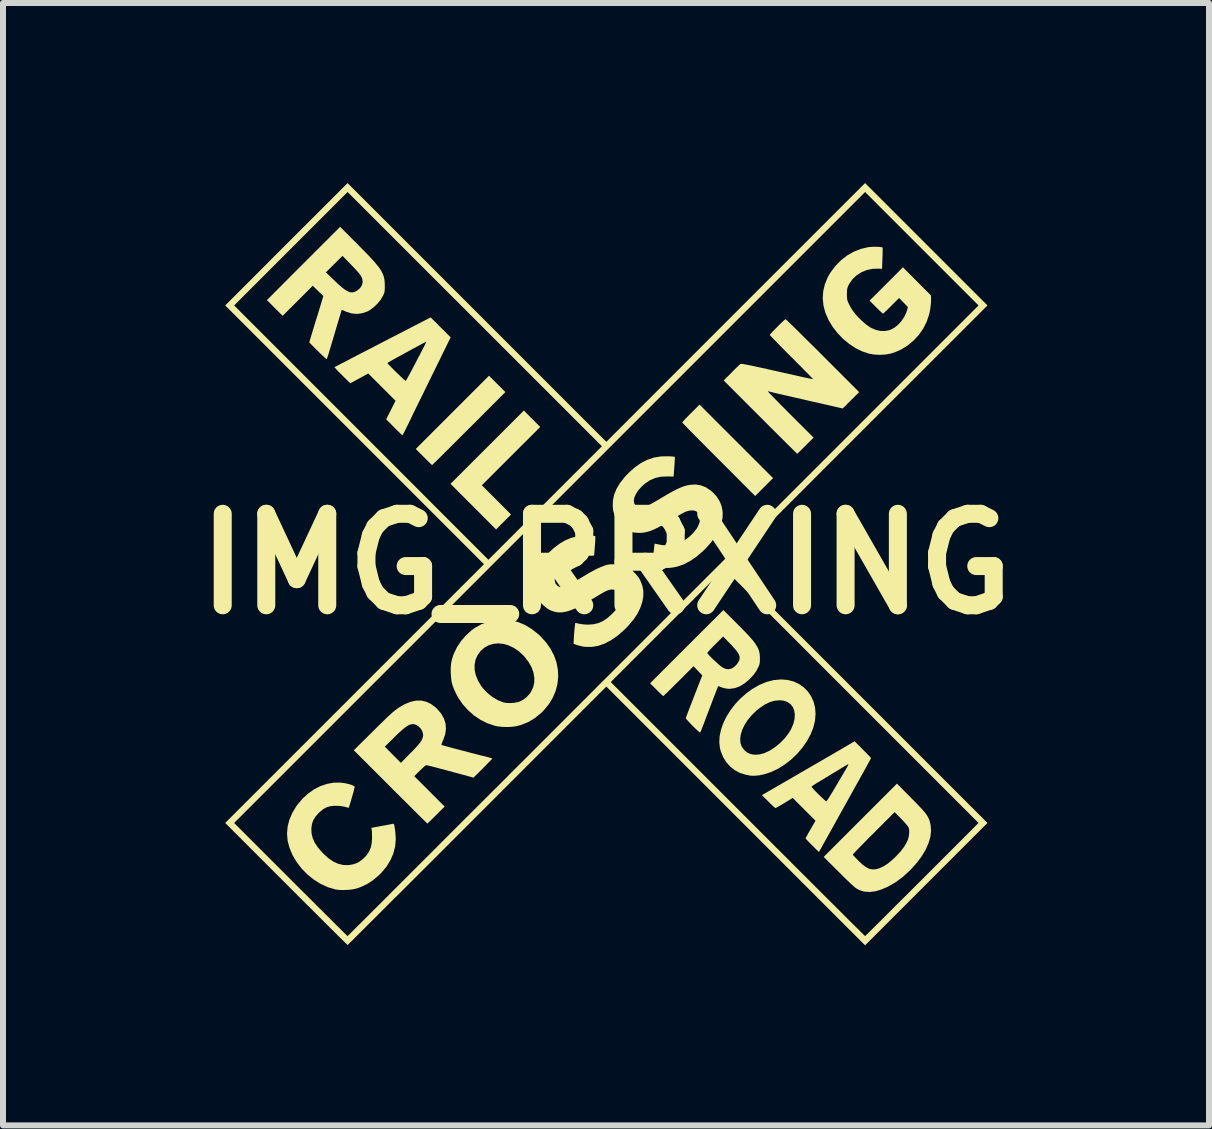
<source format=kicad_pcb>
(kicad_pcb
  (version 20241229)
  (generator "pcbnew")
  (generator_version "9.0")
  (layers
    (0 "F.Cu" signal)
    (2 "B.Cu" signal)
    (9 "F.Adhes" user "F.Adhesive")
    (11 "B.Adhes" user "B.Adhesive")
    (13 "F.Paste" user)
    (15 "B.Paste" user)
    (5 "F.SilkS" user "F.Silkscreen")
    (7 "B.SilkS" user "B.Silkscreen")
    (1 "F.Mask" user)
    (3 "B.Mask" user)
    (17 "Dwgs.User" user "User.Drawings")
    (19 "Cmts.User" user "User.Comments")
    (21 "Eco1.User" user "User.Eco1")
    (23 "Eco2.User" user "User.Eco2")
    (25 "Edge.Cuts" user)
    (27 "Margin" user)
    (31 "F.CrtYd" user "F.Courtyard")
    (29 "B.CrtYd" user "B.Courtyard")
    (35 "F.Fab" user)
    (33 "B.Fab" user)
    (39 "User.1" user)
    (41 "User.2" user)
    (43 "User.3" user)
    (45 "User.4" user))
  (footprint "IMG_RRXING"
    (layer "F.Cu")
    (at 7.047 6.345)
    (property "Reference" "IMG_RRXING" (at 0 0 0) (layer "F.SilkS") (effects (font (size 1.524 1.524) (thickness 0.3))))
    (attr board_only exclude_from_pos_files exclude_from_bom)
    (fp_poly (pts (xy -1.233 -2.418) (xy -1.096 -2.282) (xy -1.583 -1.796) (xy -2.069 -1.31) (xy -1.826 -1.067) (xy -1.583 -0.823) (xy -1.832 -0.574) (xy -2.211 -0.954) (xy -2.591 -1.334) (xy -1.98 -1.944) (xy -1.369 -2.555)) (stroke (width 0) (type solid)) (fill yes) (layer "F.SilkS"))
    (fp_poly (pts (xy 2.783 -1.429) (xy 2.634 -1.28) (xy 2.485 -1.131) (xy 1.878 -1.739) (xy 1.787 -1.83) (xy 1.7 -1.917) (xy 1.618 -2) (xy 1.542 -2.076) (xy 1.474 -2.145) (xy 1.413 -2.207) (xy 1.362 -2.259) (xy 1.322 -2.301) (xy 1.292 -2.332) (xy 1.274 -2.351) (xy 1.27 -2.357) (xy 1.277 -2.366) (xy 1.296 -2.388) (xy 1.324 -2.419) (xy 1.361 -2.457) (xy 1.403 -2.5) (xy 1.414 -2.51) (xy 1.558 -2.654)) (stroke (width 0) (type solid)) (fill yes) (layer "F.SilkS"))
    (fp_poly (pts (xy -1.813 -2.999) (xy -1.677 -2.863) (xy -2.284 -2.255) (xy -2.376 -2.164) (xy -2.463 -2.077) (xy -2.545 -1.995) (xy -2.621 -1.919) (xy -2.69 -1.851) (xy -2.75 -1.791) (xy -2.802 -1.74) (xy -2.844 -1.699) (xy -2.874 -1.669) (xy -2.892 -1.652) (xy -2.897 -1.647) (xy -2.906 -1.654) (xy -2.926 -1.672) (xy -2.955 -1.701) (xy -2.992 -1.737) (xy -3.033 -1.778) (xy -3.036 -1.781) (xy -3.17 -1.915) (xy -2.56 -2.525) (xy -1.95 -3.135)) (stroke (width 0) (type solid)) (fill yes) (layer "F.SilkS"))
    (fp_poly (pts (xy 5.086 3.902) (xy 5.159 3.976) (xy 5.22 4.039) (xy 5.269 4.092) (xy 5.308 4.137) (xy 5.338 4.177) (xy 5.361 4.213) (xy 5.378 4.247) (xy 5.391 4.282) (xy 5.401 4.319) (xy 5.408 4.356) (xy 5.415 4.449) (xy 5.404 4.548) (xy 5.374 4.65) (xy 5.328 4.756) (xy 5.265 4.863) (xy 5.186 4.971) (xy 5.091 5.078) (xy 5.065 5.105) (xy 4.945 5.215) (xy 4.823 5.305) (xy 4.699 5.377) (xy 4.688 5.382) (xy 4.582 5.427) (xy 4.485 5.455) (xy 4.394 5.466) (xy 4.308 5.46) (xy 4.268 5.451) (xy 4.229 5.437) (xy 4.186 5.416) (xy 4.164 5.403) (xy 4.145 5.388) (xy 4.114 5.36) (xy 4.073 5.323) (xy 4.024 5.276) (xy 3.97 5.224) (xy 3.912 5.167) (xy 3.87 5.125) (xy 3.627 4.882) (xy 3.664 4.844) (xy 4.11 4.844) (xy 4.118 4.854) (xy 4.137 4.874) (xy 4.164 4.903) (xy 4.198 4.938) (xy 4.207 4.947) (xy 4.27 5.007) (xy 4.328 5.05) (xy 4.381 5.078) (xy 4.433 5.09) (xy 4.487 5.089) (xy 4.545 5.074) (xy 4.559 5.069) (xy 4.627 5.037) (xy 4.699 4.99) (xy 4.774 4.927) (xy 4.832 4.872) (xy 4.91 4.788) (xy 4.97 4.708) (xy 5.013 4.633) (xy 5.032 4.588) (xy 5.046 4.531) (xy 5.052 4.472) (xy 5.048 4.42) (xy 5.039 4.388) (xy 5.027 4.37) (xy 5.004 4.341) (xy 4.973 4.306) (xy 4.936 4.266) (xy 4.917 4.246) (xy 4.808 4.136) (xy 4.458 4.487) (xy 4.389 4.555) (xy 4.325 4.62) (xy 4.267 4.679) (xy 4.216 4.731) (xy 4.173 4.775) (xy 4.141 4.809) (xy 4.119 4.833) (xy 4.11 4.844) (xy 4.11 4.844) (xy 3.664 4.844) (xy 4.237 4.271) (xy 4.847 3.661)) (stroke (width 0) (type solid)) (fill yes) (layer "F.SilkS"))
    (fp_poly (pts (xy 3.028 1.934) (xy 3.127 1.96) (xy 3.217 2.002) (xy 3.296 2.058) (xy 3.363 2.126) (xy 3.417 2.206) (xy 3.458 2.296) (xy 3.483 2.395) (xy 3.491 2.5) (xy 3.482 2.609) (xy 3.454 2.726) (xy 3.408 2.842) (xy 3.346 2.955) (xy 3.27 3.064) (xy 3.183 3.166) (xy 3.085 3.259) (xy 2.98 3.341) (xy 2.869 3.411) (xy 2.754 3.466) (xy 2.637 3.505) (xy 2.555 3.522) (xy 2.478 3.53) (xy 2.418 3.529) (xy 2.396 3.526) (xy 2.375 3.522) (xy 2.344 3.516) (xy 2.322 3.511) (xy 2.23 3.483) (xy 2.145 3.437) (xy 2.069 3.377) (xy 2.003 3.303) (xy 1.95 3.217) (xy 1.912 3.123) (xy 1.898 3.071) (xy 1.887 2.972) (xy 1.89 2.915) (xy 2.235 2.915) (xy 2.24 2.984) (xy 2.26 3.042) (xy 2.301 3.1) (xy 2.352 3.143) (xy 2.414 3.17) (xy 2.484 3.18) (xy 2.561 3.174) (xy 2.642 3.151) (xy 2.73 3.11) (xy 2.818 3.052) (xy 2.902 2.982) (xy 2.979 2.904) (xy 3.043 2.82) (xy 3.085 2.75) (xy 3.121 2.664) (xy 3.141 2.584) (xy 3.145 2.509) (xy 3.135 2.442) (xy 3.111 2.384) (xy 3.073 2.336) (xy 3.023 2.301) (xy 2.96 2.279) (xy 2.892 2.272) (xy 2.808 2.28) (xy 2.726 2.304) (xy 2.642 2.345) (xy 2.556 2.404) (xy 2.501 2.449) (xy 2.425 2.523) (xy 2.361 2.601) (xy 2.309 2.681) (xy 2.27 2.762) (xy 2.245 2.841) (xy 2.235 2.915) (xy 1.89 2.915) (xy 1.893 2.867) (xy 1.916 2.76) (xy 1.954 2.651) (xy 2.007 2.543) (xy 2.074 2.437) (xy 2.153 2.334) (xy 2.244 2.238) (xy 2.346 2.15) (xy 2.431 2.088) (xy 2.551 2.018) (xy 2.67 1.968) (xy 2.789 1.937) (xy 2.909 1.925) (xy 2.921 1.925)) (stroke (width 0) (type solid)) (fill yes) (layer "F.SilkS"))
    (fp_poly (pts (xy -1.595 0.939) (xy -1.474 0.967) (xy -1.357 1.014) (xy -1.244 1.081) (xy -1.134 1.167) (xy -1.095 1.203) (xy -1.001 1.306) (xy -0.924 1.415) (xy -0.865 1.528) (xy -0.825 1.645) (xy -0.802 1.765) (xy -0.797 1.884) (xy -0.81 2.003) (xy -0.84 2.12) (xy -0.889 2.233) (xy -0.956 2.342) (xy -1.041 2.444) (xy -1.079 2.482) (xy -1.183 2.567) (xy -1.293 2.634) (xy -1.412 2.682) (xy -1.485 2.702) (xy -1.557 2.713) (xy -1.64 2.718) (xy -1.725 2.716) (xy -1.805 2.707) (xy -1.85 2.698) (xy -1.97 2.658) (xy -2.087 2.601) (xy -2.196 2.528) (xy -2.297 2.44) (xy -2.386 2.341) (xy -2.462 2.231) (xy -2.5 2.159) (xy -2.533 2.088) (xy -2.556 2.027) (xy -2.572 1.968) (xy -2.581 1.904) (xy -2.586 1.83) (xy -2.587 1.816) (xy -2.588 1.733) (xy -2.583 1.679) (xy -2.19 1.679) (xy -2.189 1.765) (xy -2.17 1.854) (xy -2.134 1.943) (xy -2.081 2.032) (xy -2.055 2.067) (xy -1.979 2.148) (xy -1.893 2.217) (xy -1.8 2.272) (xy -1.707 2.308) (xy -1.657 2.317) (xy -1.596 2.319) (xy -1.532 2.314) (xy -1.473 2.304) (xy -1.437 2.293) (xy -1.379 2.262) (xy -1.322 2.218) (xy -1.272 2.164) (xy -1.252 2.135) (xy -1.215 2.06) (xy -1.196 1.979) (xy -1.195 1.894) (xy -1.21 1.807) (xy -1.243 1.718) (xy -1.292 1.632) (xy -1.357 1.548) (xy -1.372 1.531) (xy -1.451 1.457) (xy -1.535 1.4) (xy -1.621 1.359) (xy -1.708 1.333) (xy -1.794 1.324) (xy -1.878 1.332) (xy -1.956 1.356) (xy -2.029 1.397) (xy -2.088 1.45) (xy -2.14 1.52) (xy -2.174 1.597) (xy -2.19 1.679) (xy -2.583 1.679) (xy -2.582 1.663) (xy -2.569 1.597) (xy -2.548 1.529) (xy -2.533 1.49) (xy -2.482 1.385) (xy -2.415 1.285) (xy -2.334 1.191) (xy -2.244 1.109) (xy -2.18 1.063) (xy -2.072 1.003) (xy -1.961 0.961) (xy -1.845 0.936) (xy -1.721 0.929)) (stroke (width 0) (type solid)) (fill yes) (layer "F.SilkS"))
    (fp_poly (pts (xy -4.131 -5.316) (xy -4.04 -5.223) (xy -3.961 -5.143) (xy -3.895 -5.072) (xy -3.841 -5.011) (xy -3.797 -4.957) (xy -3.761 -4.909) (xy -3.735 -4.864) (xy -3.715 -4.822) (xy -3.701 -4.781) (xy -3.693 -4.74) (xy -3.688 -4.696) (xy -3.686 -4.648) (xy -3.686 -4.638) (xy -3.686 -4.589) (xy -3.688 -4.554) (xy -3.692 -4.527) (xy -3.7 -4.502) (xy -3.713 -4.474) (xy -3.72 -4.46) (xy -3.756 -4.399) (xy -3.806 -4.338) (xy -3.864 -4.282) (xy -3.925 -4.235) (xy -3.971 -4.208) (xy -4.058 -4.177) (xy -4.148 -4.165) (xy -4.238 -4.173) (xy -4.327 -4.2) (xy -4.339 -4.206) (xy -4.403 -4.234) (xy -4.438 -4.119) (xy -4.45 -4.079) (xy -4.467 -4.024) (xy -4.487 -3.957) (xy -4.509 -3.882) (xy -4.532 -3.803) (xy -4.556 -3.723) (xy -4.56 -3.711) (xy -4.581 -3.638) (xy -4.602 -3.571) (xy -4.619 -3.513) (xy -4.634 -3.466) (xy -4.645 -3.432) (xy -4.652 -3.413) (xy -4.653 -3.411) (xy -4.661 -3.415) (xy -4.681 -3.432) (xy -4.711 -3.459) (xy -4.748 -3.494) (xy -4.791 -3.536) (xy -4.801 -3.546) (xy -4.944 -3.689) (xy -4.934 -3.727) (xy -4.929 -3.746) (xy -4.918 -3.781) (xy -4.903 -3.83) (xy -4.885 -3.89) (xy -4.864 -3.958) (xy -4.842 -4.031) (xy -4.832 -4.063) (xy -4.808 -4.139) (xy -4.786 -4.211) (xy -4.766 -4.277) (xy -4.749 -4.333) (xy -4.736 -4.376) (xy -4.727 -4.405) (xy -4.725 -4.412) (xy -4.71 -4.463) (xy -4.798 -4.548) (xy -4.886 -4.634) (xy -5.137 -4.383) (xy -5.388 -4.133) (xy -5.519 -4.264) (xy -5.65 -4.395) (xy -5.188 -4.858) (xy -4.667 -4.858) (xy -4.521 -4.717) (xy -4.451 -4.65) (xy -4.39 -4.599) (xy -4.339 -4.561) (xy -4.294 -4.537) (xy -4.254 -4.524) (xy -4.218 -4.524) (xy -4.182 -4.534) (xy -4.147 -4.554) (xy -4.097 -4.596) (xy -4.066 -4.644) (xy -4.054 -4.696) (xy -4.062 -4.751) (xy -4.084 -4.799) (xy -4.099 -4.821) (xy -4.126 -4.854) (xy -4.162 -4.895) (xy -4.204 -4.94) (xy -4.249 -4.987) (xy -4.251 -4.989) (xy -4.391 -5.132) (xy -4.529 -4.995) (xy -4.667 -4.858) (xy -5.188 -4.858) (xy -5.04 -5.006) (xy -4.43 -5.616)) (stroke (width 0) (type solid)) (fill yes) (layer "F.SilkS"))
    (fp_poly (pts (xy -2.589 -3.775) (xy -2.727 -3.492) (xy -2.765 -3.414) (xy -2.81 -3.323) (xy -2.859 -3.223) (xy -2.91 -3.119) (xy -2.961 -3.015) (xy -3.01 -2.915) (xy -3.04 -2.853) (xy -3.083 -2.766) (xy -3.127 -2.677) (xy -3.17 -2.589) (xy -3.211 -2.506) (xy -3.247 -2.43) (xy -3.278 -2.366) (xy -3.301 -2.319) (xy -3.328 -2.265) (xy -3.351 -2.218) (xy -3.371 -2.18) (xy -3.385 -2.154) (xy -3.392 -2.143) (xy -3.393 -2.143) (xy -3.401 -2.15) (xy -3.421 -2.168) (xy -3.451 -2.197) (xy -3.488 -2.233) (xy -3.529 -2.274) (xy -3.531 -2.276) (xy -3.663 -2.409) (xy -3.585 -2.563) (xy -3.507 -2.718) (xy -3.735 -2.946) (xy -3.962 -3.173) (xy -4.015 -3.143) (xy -4.047 -3.125) (xy -4.09 -3.102) (xy -4.137 -3.076) (xy -4.165 -3.061) (xy -4.261 -3.009) (xy -4.395 -3.141) (xy -4.436 -3.183) (xy -4.472 -3.219) (xy -4.5 -3.249) (xy -4.518 -3.269) (xy -4.524 -3.278) (xy -4.524 -3.278) (xy -4.515 -3.283) (xy -4.489 -3.296) (xy -4.448 -3.318) (xy -4.395 -3.346) (xy -3.641 -3.346) (xy -3.635 -3.336) (xy -3.616 -3.315) (xy -3.588 -3.286) (xy -3.554 -3.252) (xy -3.515 -3.213) (xy -3.475 -3.174) (xy -3.435 -3.136) (xy -3.4 -3.102) (xy -3.37 -3.075) (xy -3.349 -3.057) (xy -3.339 -3.05) (xy -3.339 -3.05) (xy -3.331 -3.059) (xy -3.316 -3.083) (xy -3.296 -3.119) (xy -3.271 -3.164) (xy -3.246 -3.211) (xy -3.212 -3.276) (xy -3.172 -3.352) (xy -3.132 -3.43) (xy -3.093 -3.503) (xy -3.077 -3.535) (xy -3.05 -3.586) (xy -3.027 -3.632) (xy -3.009 -3.668) (xy -2.999 -3.691) (xy -2.996 -3.701) (xy -2.996 -3.701) (xy -2.999 -3.7) (xy -3.007 -3.697) (xy -3.019 -3.69) (xy -3.039 -3.68) (xy -3.066 -3.666) (xy -3.103 -3.646) (xy -3.15 -3.62) (xy -3.21 -3.588) (xy -3.283 -3.548) (xy -3.37 -3.5) (xy -3.47 -3.446) (xy -3.523 -3.417) (xy -3.569 -3.391) (xy -3.606 -3.369) (xy -3.631 -3.354) (xy -3.641 -3.346) (xy -3.641 -3.346) (xy -4.395 -3.346) (xy -4.393 -3.346) (xy -4.326 -3.381) (xy -4.247 -3.422) (xy -4.159 -3.468) (xy -4.061 -3.519) (xy -3.955 -3.573) (xy -3.844 -3.631) (xy -3.727 -3.691) (xy -3.721 -3.695) (xy -2.922 -4.107)) (stroke (width 0) (type solid)) (fill yes) (layer "F.SilkS"))
    (fp_poly (pts (xy -4.338 3.656) (xy -4.283 3.669) (xy -4.238 3.683) (xy -4.205 3.698) (xy -4.189 3.711) (xy -4.187 3.715) (xy -4.19 3.728) (xy -4.197 3.756) (xy -4.207 3.795) (xy -4.22 3.842) (xy -4.235 3.892) (xy -4.249 3.942) (xy -4.263 3.988) (xy -4.274 4.026) (xy -4.277 4.034) (xy -4.287 4.064) (xy -4.358 4.046) (xy -4.422 4.034) (xy -4.49 4.03) (xy -4.519 4.03) (xy -4.591 4.037) (xy -4.652 4.054) (xy -4.708 4.083) (xy -4.763 4.128) (xy -4.788 4.151) (xy -4.841 4.211) (xy -4.877 4.269) (xy -4.899 4.331) (xy -4.909 4.402) (xy -4.91 4.41) (xy -4.906 4.491) (xy -4.887 4.569) (xy -4.852 4.647) (xy -4.799 4.726) (xy -4.729 4.807) (xy -4.704 4.833) (xy -4.622 4.906) (xy -4.543 4.96) (xy -4.463 4.996) (xy -4.382 5.016) (xy -4.297 5.019) (xy -4.286 5.018) (xy -4.202 5.003) (xy -4.127 4.973) (xy -4.059 4.924) (xy -4.046 4.913) (xy -3.989 4.854) (xy -3.948 4.793) (xy -3.92 4.728) (xy -3.904 4.654) (xy -3.898 4.567) (xy -3.898 4.554) (xy -3.899 4.508) (xy -3.9 4.466) (xy -3.903 4.436) (xy -3.904 4.423) (xy -3.911 4.398) (xy -3.739 4.366) (xy -3.682 4.356) (xy -3.631 4.346) (xy -3.59 4.338) (xy -3.562 4.332) (xy -3.551 4.33) (xy -3.542 4.329) (xy -3.536 4.334) (xy -3.53 4.347) (xy -3.524 4.372) (xy -3.518 4.412) (xy -3.512 4.454) (xy -3.503 4.582) (xy -3.513 4.705) (xy -3.543 4.824) (xy -3.592 4.937) (xy -3.659 5.046) (xy -3.746 5.149) (xy -3.783 5.186) (xy -3.881 5.269) (xy -3.981 5.334) (xy -4.088 5.384) (xy -4.152 5.407) (xy -4.213 5.421) (xy -4.285 5.43) (xy -4.362 5.434) (xy -4.436 5.433) (xy -4.501 5.425) (xy -4.514 5.422) (xy -4.639 5.385) (xy -4.759 5.329) (xy -4.873 5.257) (xy -4.978 5.172) (xy -5.073 5.074) (xy -5.156 4.966) (xy -5.224 4.85) (xy -5.275 4.728) (xy -5.305 4.612) (xy -5.315 4.495) (xy -5.305 4.378) (xy -5.276 4.263) (xy -5.227 4.149) (xy -5.16 4.037) (xy -5.142 4.013) (xy -5.058 3.913) (xy -4.964 3.827) (xy -4.864 3.756) (xy -4.758 3.702) (xy -4.648 3.665) (xy -4.536 3.645) (xy -4.424 3.644)) (stroke (width 0) (type solid)) (fill yes) (layer "F.SilkS"))
    (fp_poly (pts (xy 4.516 -5.283) (xy 4.557 -5.281) (xy 4.589 -5.277) (xy 4.606 -5.271) (xy 4.608 -5.27) (xy 4.609 -5.258) (xy 4.609 -5.23) (xy 4.608 -5.189) (xy 4.607 -5.138) (xy 4.605 -5.09) (xy 4.599 -4.916) (xy 4.541 -4.919) (xy 4.441 -4.916) (xy 4.345 -4.896) (xy 4.256 -4.86) (xy 4.177 -4.809) (xy 4.109 -4.746) (xy 4.055 -4.671) (xy 4.042 -4.646) (xy 4.028 -4.616) (xy 4.02 -4.589) (xy 4.015 -4.559) (xy 4.014 -4.519) (xy 4.013 -4.495) (xy 4.014 -4.448) (xy 4.017 -4.414) (xy 4.023 -4.385) (xy 4.035 -4.355) (xy 4.045 -4.334) (xy 4.078 -4.27) (xy 4.114 -4.214) (xy 4.159 -4.157) (xy 4.206 -4.105) (xy 4.272 -4.041) (xy 4.34 -3.983) (xy 4.406 -3.938) (xy 4.415 -3.933) (xy 4.489 -3.9) (xy 4.568 -3.882) (xy 4.648 -3.88) (xy 4.722 -3.895) (xy 4.735 -3.899) (xy 4.801 -3.933) (xy 4.864 -3.983) (xy 4.921 -4.045) (xy 4.969 -4.116) (xy 5.004 -4.191) (xy 5.016 -4.228) (xy 5.029 -4.28) (xy 4.956 -4.355) (xy 4.883 -4.43) (xy 4.753 -4.301) (xy 4.712 -4.26) (xy 4.675 -4.224) (xy 4.645 -4.196) (xy 4.625 -4.177) (xy 4.616 -4.17) (xy 4.607 -4.175) (xy 4.586 -4.193) (xy 4.557 -4.22) (xy 4.522 -4.255) (xy 4.5 -4.276) (xy 4.391 -4.386) (xy 4.947 -4.942) (xy 5.179 -4.708) (xy 5.412 -4.474) (xy 5.415 -4.423) (xy 5.415 -4.374) (xy 5.41 -4.314) (xy 5.402 -4.248) (xy 5.39 -4.185) (xy 5.382 -4.151) (xy 5.341 -4.032) (xy 5.284 -3.919) (xy 5.211 -3.815) (xy 5.125 -3.722) (xy 5.028 -3.641) (xy 4.922 -3.574) (xy 4.808 -3.524) (xy 4.739 -3.503) (xy 4.653 -3.488) (xy 4.558 -3.483) (xy 4.462 -3.489) (xy 4.381 -3.503) (xy 4.268 -3.541) (xy 4.156 -3.595) (xy 4.05 -3.666) (xy 3.949 -3.749) (xy 3.858 -3.844) (xy 3.777 -3.948) (xy 3.71 -4.059) (xy 3.659 -4.174) (xy 3.653 -4.189) (xy 3.622 -4.308) (xy 3.611 -4.427) (xy 3.619 -4.546) (xy 3.647 -4.662) (xy 3.693 -4.775) (xy 3.739 -4.854) (xy 3.821 -4.963) (xy 3.914 -5.058) (xy 4.016 -5.138) (xy 4.127 -5.201) (xy 4.244 -5.248) (xy 4.365 -5.276) (xy 4.379 -5.278) (xy 4.422 -5.282) (xy 4.469 -5.284)) (stroke (width 0) (type solid)) (fill yes) (layer "F.SilkS"))
    (fp_poly (pts (xy -2.997 2.296) (xy -2.917 2.334) (xy -2.84 2.391) (xy -2.813 2.416) (xy -2.748 2.493) (xy -2.702 2.573) (xy -2.674 2.658) (xy -2.667 2.746) (xy -2.679 2.836) (xy -2.71 2.927) (xy -2.714 2.936) (xy -2.729 2.971) (xy -2.739 2.999) (xy -2.742 3.015) (xy -2.741 3.017) (xy -2.73 3.02) (xy -2.703 3.028) (xy -2.66 3.04) (xy -2.605 3.055) (xy -2.539 3.073) (xy -2.465 3.092) (xy -2.385 3.113) (xy -2.302 3.135) (xy -2.216 3.157) (xy -2.131 3.179) (xy -2.049 3.2) (xy -1.972 3.219) (xy -1.957 3.223) (xy -1.925 3.232) (xy -1.903 3.239) (xy -1.895 3.244) (xy -1.902 3.252) (xy -1.921 3.273) (xy -1.95 3.303) (xy -1.987 3.34) (xy -2.03 3.384) (xy -2.051 3.406) (xy -2.208 3.561) (xy -2.421 3.503) (xy -2.539 3.471) (xy -2.647 3.442) (xy -2.742 3.417) (xy -2.824 3.395) (xy -2.891 3.378) (xy -2.943 3.365) (xy -2.978 3.357) (xy -2.996 3.354) (xy -2.997 3.354) (xy -3.009 3.36) (xy -3.032 3.379) (xy -3.062 3.406) (xy -3.097 3.44) (xy -3.103 3.446) (xy -3.195 3.537) (xy -2.942 3.79) (xy -2.689 4.043) (xy -2.83 4.184) (xy -2.873 4.227) (xy -2.912 4.265) (xy -2.943 4.295) (xy -2.965 4.316) (xy -2.976 4.326) (xy -2.976 4.326) (xy -2.984 4.319) (xy -3.005 4.299) (xy -3.037 4.267) (xy -3.081 4.224) (xy -3.134 4.171) (xy -3.197 4.109) (xy -3.267 4.039) (xy -3.344 3.962) (xy -3.428 3.879) (xy -3.516 3.792) (xy -3.592 3.715) (xy -4.202 3.105) (xy -4.142 3.045) (xy -3.686 3.045) (xy -3.552 3.18) (xy -3.418 3.315) (xy -3.258 3.153) (xy -3.2 3.093) (xy -3.155 3.045) (xy -3.121 3.006) (xy -3.096 2.974) (xy -3.078 2.948) (xy -3.071 2.934) (xy -3.055 2.896) (xy -3.048 2.865) (xy -3.048 2.833) (xy -3.049 2.832) (xy -3.062 2.786) (xy -3.089 2.742) (xy -3.125 2.706) (xy -3.167 2.68) (xy -3.21 2.669) (xy -3.214 2.669) (xy -3.244 2.672) (xy -3.275 2.681) (xy -3.309 2.699) (xy -3.348 2.726) (xy -3.394 2.763) (xy -3.449 2.813) (xy -3.515 2.876) (xy -3.522 2.884) (xy -3.686 3.045) (xy -4.142 3.045) (xy -3.879 2.785) (xy -3.799 2.705) (xy -3.731 2.639) (xy -3.674 2.583) (xy -3.626 2.537) (xy -3.585 2.5) (xy -3.55 2.469) (xy -3.519 2.443) (xy -3.49 2.422) (xy -3.463 2.402) (xy -3.453 2.395) (xy -3.353 2.337) (xy -3.258 2.298) (xy -3.167 2.278) (xy -3.08 2.277)) (stroke (width 0) (type solid)) (fill yes) (layer "F.SilkS"))
    (fp_poly (pts (xy 3 -4.071) (xy 3.021 -4.051) (xy 3.055 -4.019) (xy 3.099 -3.976) (xy 3.153 -3.923) (xy 3.216 -3.861) (xy 3.286 -3.791) (xy 3.364 -3.714) (xy 3.447 -3.632) (xy 3.536 -3.544) (xy 3.609 -3.47) (xy 4.217 -2.862) (xy 3.943 -2.589) (xy 3.859 -2.609) (xy 3.83 -2.615) (xy 3.784 -2.626) (xy 3.724 -2.64) (xy 3.654 -2.656) (xy 3.576 -2.674) (xy 3.493 -2.693) (xy 3.423 -2.708) (xy 3.281 -2.741) (xy 3.157 -2.769) (xy 3.051 -2.794) (xy 2.961 -2.814) (xy 2.887 -2.831) (xy 2.827 -2.845) (xy 2.781 -2.856) (xy 2.748 -2.865) (xy 2.726 -2.87) (xy 2.714 -2.873) (xy 2.714 -2.874) (xy 2.701 -2.875) (xy 2.699 -2.871) (xy 2.706 -2.863) (xy 2.725 -2.841) (xy 2.756 -2.809) (xy 2.798 -2.766) (xy 2.848 -2.715) (xy 2.906 -2.656) (xy 2.97 -2.592) (xy 3.039 -2.522) (xy 3.078 -2.483) (xy 3.458 -2.104) (xy 3.324 -1.97) (xy 3.282 -1.928) (xy 3.245 -1.891) (xy 3.215 -1.862) (xy 3.194 -1.843) (xy 3.185 -1.836) (xy 3.185 -1.836) (xy 3.177 -1.842) (xy 3.157 -1.862) (xy 3.124 -1.894) (xy 3.081 -1.937) (xy 3.027 -1.99) (xy 2.965 -2.052) (xy 2.894 -2.122) (xy 2.817 -2.199) (xy 2.734 -2.282) (xy 2.646 -2.37) (xy 2.57 -2.446) (xy 1.96 -3.056) (xy 2.094 -3.19) (xy 2.136 -3.233) (xy 2.175 -3.271) (xy 2.207 -3.302) (xy 2.23 -3.323) (xy 2.242 -3.333) (xy 2.242 -3.333) (xy 2.256 -3.333) (xy 2.287 -3.329) (xy 2.337 -3.32) (xy 2.403 -3.307) (xy 2.484 -3.29) (xy 2.58 -3.269) (xy 2.691 -3.245) (xy 2.719 -3.238) (xy 2.855 -3.208) (xy 2.973 -3.181) (xy 3.075 -3.159) (xy 3.161 -3.139) (xy 3.232 -3.123) (xy 3.291 -3.11) (xy 3.338 -3.1) (xy 3.375 -3.092) (xy 3.403 -3.086) (xy 3.423 -3.082) (xy 3.436 -3.08) (xy 3.444 -3.079) (xy 3.448 -3.078) (xy 3.449 -3.079) (xy 3.443 -3.086) (xy 3.424 -3.106) (xy 3.393 -3.138) (xy 3.353 -3.179) (xy 3.303 -3.229) (xy 3.246 -3.287) (xy 3.183 -3.35) (xy 3.115 -3.419) (xy 3.09 -3.443) (xy 3.02 -3.513) (xy 2.955 -3.579) (xy 2.895 -3.64) (xy 2.843 -3.694) (xy 2.798 -3.739) (xy 2.764 -3.775) (xy 2.74 -3.801) (xy 2.729 -3.814) (xy 2.729 -3.815) (xy 2.735 -3.825) (xy 2.754 -3.846) (xy 2.781 -3.876) (xy 2.814 -3.91) (xy 2.851 -3.947) (xy 2.889 -3.985) (xy 2.924 -4.019) (xy 2.955 -4.048) (xy 2.978 -4.068) (xy 2.991 -4.078) (xy 2.992 -4.078)) (stroke (width 0) (type solid)) (fill yes) (layer "F.SilkS"))
    (fp_poly (pts (xy 2.193 1.007) (xy 2.278 1.092) (xy 2.348 1.165) (xy 2.407 1.229) (xy 2.454 1.284) (xy 2.49 1.334) (xy 2.518 1.379) (xy 2.539 1.421) (xy 2.552 1.462) (xy 2.56 1.503) (xy 2.563 1.548) (xy 2.564 1.573) (xy 2.563 1.62) (xy 2.56 1.654) (xy 2.553 1.684) (xy 2.54 1.715) (xy 2.538 1.719) (xy 2.503 1.785) (xy 2.462 1.844) (xy 2.409 1.903) (xy 2.393 1.919) (xy 2.313 1.987) (xy 2.232 2.038) (xy 2.15 2.069) (xy 2.069 2.081) (xy 2.028 2.08) (xy 1.985 2.074) (xy 1.942 2.063) (xy 1.918 2.054) (xy 1.891 2.043) (xy 1.873 2.038) (xy 1.868 2.038) (xy 1.864 2.048) (xy 1.853 2.074) (xy 1.838 2.114) (xy 1.818 2.166) (xy 1.794 2.227) (xy 1.768 2.296) (xy 1.756 2.328) (xy 1.715 2.434) (xy 1.681 2.524) (xy 1.653 2.597) (xy 1.631 2.657) (xy 1.612 2.704) (xy 1.598 2.741) (xy 1.588 2.767) (xy 1.58 2.786) (xy 1.575 2.798) (xy 1.571 2.806) (xy 1.569 2.809) (xy 1.568 2.81) (xy 1.56 2.806) (xy 1.54 2.79) (xy 1.51 2.763) (xy 1.475 2.73) (xy 1.446 2.701) (xy 1.407 2.661) (xy 1.374 2.626) (xy 1.348 2.597) (xy 1.333 2.578) (xy 1.33 2.572) (xy 1.331 2.565) (xy 1.336 2.549) (xy 1.345 2.525) (xy 1.358 2.489) (xy 1.376 2.442) (xy 1.399 2.382) (xy 1.428 2.308) (xy 1.462 2.219) (xy 1.503 2.114) (xy 1.551 1.991) (xy 1.552 1.988) (xy 1.603 1.858) (xy 1.531 1.781) (xy 1.458 1.705) (xy 1.209 1.954) (xy 1.151 2.011) (xy 1.098 2.064) (xy 1.05 2.111) (xy 1.011 2.15) (xy 0.98 2.179) (xy 0.961 2.197) (xy 0.954 2.203) (xy 0.945 2.196) (xy 0.925 2.178) (xy 0.896 2.15) (xy 0.86 2.115) (xy 0.841 2.096) (xy 0.734 1.989) (xy 1.239 1.484) (xy 1.687 1.484) (xy 1.694 1.496) (xy 1.713 1.518) (xy 1.741 1.547) (xy 1.776 1.582) (xy 1.814 1.618) (xy 1.852 1.653) (xy 1.888 1.685) (xy 1.919 1.71) (xy 1.941 1.726) (xy 1.994 1.75) (xy 2.046 1.755) (xy 2.098 1.741) (xy 2.099 1.74) (xy 2.136 1.716) (xy 2.173 1.68) (xy 2.203 1.639) (xy 2.222 1.6) (xy 2.222 1.598) (xy 2.227 1.566) (xy 2.222 1.534) (xy 2.207 1.498) (xy 2.181 1.457) (xy 2.142 1.409) (xy 2.089 1.351) (xy 2.067 1.329) (xy 1.951 1.21) (xy 1.819 1.341) (xy 1.777 1.383) (xy 1.741 1.421) (xy 1.712 1.452) (xy 1.694 1.474) (xy 1.687 1.484) (xy 1.687 1.484) (xy 1.239 1.484) (xy 1.955 0.769)) (stroke (width 0) (type solid)) (fill yes) (layer "F.SilkS"))
    (fp_poly (pts (xy 4.278 3.092) (xy 4.32 3.135) (xy 4.357 3.173) (xy 4.387 3.203) (xy 4.407 3.225) (xy 4.415 3.235) (xy 4.415 3.235) (xy 4.411 3.245) (xy 4.397 3.27) (xy 4.376 3.309) (xy 4.348 3.36) (xy 4.315 3.421) (xy 4.277 3.49) (xy 4.234 3.566) (xy 4.206 3.617) (xy 4.152 3.713) (xy 4.092 3.822) (xy 4.027 3.939) (xy 3.96 4.059) (xy 3.894 4.177) (xy 3.832 4.29) (xy 3.775 4.392) (xy 3.773 4.395) (xy 3.728 4.477) (xy 3.685 4.553) (xy 3.647 4.622) (xy 3.613 4.682) (xy 3.586 4.732) (xy 3.565 4.769) (xy 3.552 4.792) (xy 3.548 4.799) (xy 3.541 4.793) (xy 3.522 4.776) (xy 3.494 4.749) (xy 3.459 4.714) (xy 3.435 4.69) (xy 3.397 4.652) (xy 3.365 4.619) (xy 3.341 4.593) (xy 3.326 4.577) (xy 3.324 4.573) (xy 3.329 4.563) (xy 3.342 4.539) (xy 3.361 4.503) (xy 3.386 4.459) (xy 3.407 4.423) (xy 3.49 4.279) (xy 3.3 4.089) (xy 3.11 3.899) (xy 2.972 3.984) (xy 2.925 4.012) (xy 2.883 4.036) (xy 2.85 4.055) (xy 2.829 4.066) (xy 2.823 4.068) (xy 2.813 4.061) (xy 2.791 4.043) (xy 2.761 4.015) (xy 2.725 3.98) (xy 2.705 3.96) (xy 2.598 3.853) (xy 2.705 3.79) (xy 2.757 3.76) (xy 2.819 3.724) (xy 2.841 3.712) (xy 3.423 3.712) (xy 3.43 3.722) (xy 3.448 3.744) (xy 3.475 3.773) (xy 3.508 3.807) (xy 3.544 3.843) (xy 3.58 3.878) (xy 3.614 3.91) (xy 3.642 3.935) (xy 3.661 3.952) (xy 3.67 3.956) (xy 3.678 3.947) (xy 3.695 3.924) (xy 3.719 3.887) (xy 3.748 3.84) (xy 3.782 3.785) (xy 3.818 3.723) (xy 3.82 3.721) (xy 3.859 3.654) (xy 3.897 3.589) (xy 3.933 3.528) (xy 3.964 3.475) (xy 3.989 3.433) (xy 4.003 3.409) (xy 4.022 3.376) (xy 4.034 3.351) (xy 4.038 3.338) (xy 4.036 3.336) (xy 4.024 3.343) (xy 3.998 3.358) (xy 3.96 3.38) (xy 3.915 3.407) (xy 3.865 3.438) (xy 3.8 3.477) (xy 3.729 3.52) (xy 3.658 3.563) (xy 3.593 3.603) (xy 3.564 3.62) (xy 3.517 3.648) (xy 3.477 3.674) (xy 3.446 3.694) (xy 3.427 3.708) (xy 3.423 3.712) (xy 2.841 3.712) (xy 2.882 3.688) (xy 2.937 3.656) (xy 2.978 3.632) (xy 3.032 3.601) (xy 3.097 3.563) (xy 3.168 3.522) (xy 3.243 3.478) (xy 3.319 3.435) (xy 3.339 3.423) (xy 3.416 3.378) (xy 3.497 3.331) (xy 3.577 3.285) (xy 3.652 3.241) (xy 3.719 3.203) (xy 3.773 3.171) (xy 3.78 3.167) (xy 3.84 3.132) (xy 3.903 3.096) (xy 3.962 3.061) (xy 4.013 3.031) (xy 4.042 3.014) (xy 4.141 2.955)) (stroke (width 0) (type solid)) (fill yes) (layer "F.SilkS"))
    (fp_poly (pts (xy 1.079 -1.791) (xy 1.115 -1.788) (xy 1.139 -1.786) (xy 1.146 -1.784) (xy 1.147 -1.774) (xy 1.146 -1.746) (xy 1.144 -1.706) (xy 1.141 -1.656) (xy 1.138 -1.617) (xy 1.126 -1.455) (xy 1.022 -1.457) (xy 0.915 -1.452) (xy 0.818 -1.431) (xy 0.73 -1.393) (xy 0.648 -1.337) (xy 0.59 -1.285) (xy 0.536 -1.223) (xy 0.497 -1.163) (xy 0.472 -1.106) (xy 0.463 -1.054) (xy 0.47 -1.009) (xy 0.493 -0.972) (xy 0.528 -0.947) (xy 0.551 -0.938) (xy 0.576 -0.934) (xy 0.605 -0.937) (xy 0.64 -0.947) (xy 0.683 -0.965) (xy 0.735 -0.991) (xy 0.799 -1.027) (xy 0.877 -1.072) (xy 0.918 -1.097) (xy 1.014 -1.154) (xy 1.097 -1.201) (xy 1.168 -1.238) (xy 1.23 -1.267) (xy 1.287 -1.289) (xy 1.339 -1.305) (xy 1.391 -1.316) (xy 1.404 -1.318) (xy 1.495 -1.323) (xy 1.582 -1.308) (xy 1.665 -1.275) (xy 1.745 -1.221) (xy 1.775 -1.196) (xy 1.845 -1.12) (xy 1.896 -1.038) (xy 1.929 -0.951) (xy 1.944 -0.859) (xy 1.941 -0.764) (xy 1.92 -0.665) (xy 1.881 -0.564) (xy 1.825 -0.462) (xy 1.751 -0.359) (xy 1.659 -0.256) (xy 1.62 -0.218) (xy 1.512 -0.124) (xy 1.403 -0.049) (xy 1.295 0.008) (xy 1.187 0.045) (xy 1.118 0.059) (xy 1.08 0.064) (xy 1.049 0.067) (xy 1.03 0.068) (xy 1.029 0.068) (xy 1.013 0.066) (xy 0.985 0.063) (xy 0.962 0.06) (xy 0.923 0.053) (xy 0.88 0.043) (xy 0.838 0.032) (xy 0.805 0.02) (xy 0.787 0.012) (xy 0.782 0.005) (xy 0.78 -0.012) (xy 0.781 -0.041) (xy 0.783 -0.083) (xy 0.788 -0.143) (xy 0.79 -0.164) (xy 0.796 -0.22) (xy 0.801 -0.268) (xy 0.805 -0.306) (xy 0.808 -0.329) (xy 0.809 -0.336) (xy 0.82 -0.336) (xy 0.844 -0.331) (xy 0.877 -0.324) (xy 0.943 -0.312) (xy 1.016 -0.308) (xy 1.087 -0.311) (xy 1.149 -0.322) (xy 1.15 -0.322) (xy 1.234 -0.353) (xy 1.317 -0.399) (xy 1.394 -0.457) (xy 1.461 -0.524) (xy 1.515 -0.595) (xy 1.533 -0.628) (xy 1.559 -0.694) (xy 1.567 -0.754) (xy 1.56 -0.805) (xy 1.539 -0.846) (xy 1.505 -0.875) (xy 1.46 -0.89) (xy 1.405 -0.891) (xy 1.342 -0.875) (xy 1.317 -0.865) (xy 1.284 -0.848) (xy 1.24 -0.824) (xy 1.191 -0.796) (xy 1.146 -0.769) (xy 1.041 -0.705) (xy 0.95 -0.651) (xy 0.871 -0.609) (xy 0.802 -0.575) (xy 0.74 -0.55) (xy 0.683 -0.533) (xy 0.63 -0.522) (xy 0.578 -0.517) (xy 0.526 -0.518) (xy 0.48 -0.521) (xy 0.445 -0.527) (xy 0.413 -0.538) (xy 0.38 -0.555) (xy 0.316 -0.598) (xy 0.254 -0.655) (xy 0.199 -0.721) (xy 0.156 -0.79) (xy 0.152 -0.798) (xy 0.133 -0.842) (xy 0.121 -0.88) (xy 0.115 -0.92) (xy 0.112 -0.96) (xy 0.115 -1.059) (xy 0.136 -1.156) (xy 0.175 -1.252) (xy 0.234 -1.349) (xy 0.311 -1.447) (xy 0.375 -1.515) (xy 0.478 -1.607) (xy 0.582 -1.681) (xy 0.689 -1.735) (xy 0.799 -1.772) (xy 0.915 -1.791) (xy 1.035 -1.793)) (stroke (width 0) (type solid)) (fill yes) (layer "F.SilkS"))
    (fp_poly (pts (xy -0.257 -0.471) (xy -0.217 -0.469) (xy -0.189 -0.465) (xy -0.179 -0.462) (xy -0.178 -0.451) (xy -0.178 -0.424) (xy -0.18 -0.385) (xy -0.183 -0.335) (xy -0.185 -0.306) (xy -0.189 -0.253) (xy -0.193 -0.206) (xy -0.196 -0.17) (xy -0.197 -0.148) (xy -0.198 -0.143) (xy -0.208 -0.138) (xy -0.237 -0.136) (xy -0.283 -0.137) (xy -0.291 -0.137) (xy -0.399 -0.132) (xy -0.502 -0.109) (xy -0.597 -0.067) (xy -0.684 -0.009) (xy -0.761 0.067) (xy -0.788 0.1) (xy -0.828 0.163) (xy -0.851 0.221) (xy -0.856 0.274) (xy -0.845 0.32) (xy -0.816 0.358) (xy -0.813 0.361) (xy -0.79 0.377) (xy -0.766 0.385) (xy -0.738 0.387) (xy -0.704 0.38) (xy -0.662 0.366) (xy -0.611 0.342) (xy -0.548 0.308) (xy -0.472 0.265) (xy -0.415 0.231) (xy -0.337 0.184) (xy -0.272 0.146) (xy -0.217 0.116) (xy -0.171 0.091) (xy -0.129 0.071) (xy -0.088 0.053) (xy -0.046 0.037) (xy -0.04 0.034) (xy -0.003 0.021) (xy 0.028 0.013) (xy 0.062 0.008) (xy 0.104 0.006) (xy 0.149 0.006) (xy 0.199 0.006) (xy 0.235 0.007) (xy 0.262 0.011) (xy 0.286 0.018) (xy 0.312 0.029) (xy 0.332 0.039) (xy 0.387 0.072) (xy 0.443 0.117) (xy 0.496 0.169) (xy 0.54 0.223) (xy 0.568 0.268) (xy 0.604 0.36) (xy 0.622 0.451) (xy 0.621 0.545) (xy 0.605 0.631) (xy 0.571 0.733) (xy 0.521 0.834) (xy 0.453 0.934) (xy 0.367 1.035) (xy 0.305 1.098) (xy 0.197 1.193) (xy 0.088 1.269) (xy -0.021 1.327) (xy -0.129 1.365) (xy -0.237 1.383) (xy -0.343 1.382) (xy -0.372 1.379) (xy -0.412 1.371) (xy -0.454 1.361) (xy -0.493 1.349) (xy -0.524 1.338) (xy -0.539 1.33) (xy -0.54 1.319) (xy -0.539 1.292) (xy -0.537 1.253) (xy -0.535 1.207) (xy -0.531 1.156) (xy -0.527 1.106) (xy -0.522 1.059) (xy -0.518 1.021) (xy -0.515 0.995) (xy -0.512 0.985) (xy -0.501 0.985) (xy -0.477 0.99) (xy -0.449 0.997) (xy -0.41 1.004) (xy -0.36 1.009) (xy -0.31 1.012) (xy -0.301 1.012) (xy -0.211 1.006) (xy -0.13 0.987) (xy -0.054 0.954) (xy 0.02 0.905) (xy 0.096 0.838) (xy 0.1 0.834) (xy 0.159 0.771) (xy 0.201 0.715) (xy 0.228 0.661) (xy 0.243 0.607) (xy 0.245 0.591) (xy 0.243 0.534) (xy 0.225 0.487) (xy 0.193 0.453) (xy 0.147 0.432) (xy 0.103 0.427) (xy 0.079 0.428) (xy 0.054 0.433) (xy 0.026 0.442) (xy -0.008 0.457) (xy -0.049 0.479) (xy -0.101 0.509) (xy -0.166 0.548) (xy -0.203 0.57) (xy -0.319 0.639) (xy -0.42 0.695) (xy -0.51 0.74) (xy -0.59 0.773) (xy -0.662 0.795) (xy -0.727 0.807) (xy -0.787 0.809) (xy -0.844 0.801) (xy -0.9 0.784) (xy -0.94 0.767) (xy -0.99 0.736) (xy -1.043 0.692) (xy -1.093 0.641) (xy -1.135 0.589) (xy -1.14 0.58) (xy -1.179 0.501) (xy -1.203 0.412) (xy -1.21 0.318) (xy -1.201 0.223) (xy -1.2 0.216) (xy -1.176 0.139) (xy -1.136 0.055) (xy -1.083 -0.03) (xy -1.019 -0.115) (xy -0.944 -0.196) (xy -0.867 -0.267) (xy -0.771 -0.339) (xy -0.677 -0.394) (xy -0.58 -0.434) (xy -0.476 -0.46) (xy -0.434 -0.467) (xy -0.397 -0.47) (xy -0.352 -0.472) (xy -0.304 -0.472)) (stroke (width 0) (type solid)) (fill yes) (layer "F.SilkS"))
    (fp_poly (pts (xy 6.355 -4.306) (xy 4.199 -2.151) (xy 2.044 0.005) (xy 4.199 2.16) (xy 6.355 4.316) (xy 4.316 6.355) (xy 2.16 4.199) (xy 0.005 2.044) (xy -2.148 4.197) (xy -2.321 4.37) (xy -2.49 4.539) (xy -2.655 4.704) (xy -2.816 4.865) (xy -2.971 5.02) (xy -3.121 5.169) (xy -3.264 5.312) (xy -3.4 5.448) (xy -3.529 5.576) (xy -3.65 5.697) (xy -3.762 5.809) (xy -3.866 5.913) (xy -3.96 6.006) (xy -4.044 6.09) (xy -4.117 6.163) (xy -4.179 6.224) (xy -4.229 6.275) (xy -4.268 6.312) (xy -4.293 6.337) (xy -4.305 6.349) (xy -4.306 6.35) (xy -4.314 6.343) (xy -4.334 6.323) (xy -4.367 6.29) (xy -4.412 6.246) (xy -4.468 6.191) (xy -4.534 6.125) (xy -4.609 6.051) (xy -4.693 5.967) (xy -4.784 5.876) (xy -4.882 5.778) (xy -4.987 5.674) (xy -5.097 5.564) (xy -5.211 5.45) (xy -5.328 5.333) (xy -6.345 4.316) (xy -6.345 4.316) (xy -6.196 4.316) (xy -5.254 5.259) (xy -5.14 5.372) (xy -5.03 5.482) (xy -4.924 5.587) (xy -4.825 5.687) (xy -4.731 5.78) (xy -4.645 5.866) (xy -4.566 5.944) (xy -4.497 6.014) (xy -4.436 6.073) (xy -4.387 6.123) (xy -4.348 6.161) (xy -4.322 6.187) (xy -4.308 6.2) (xy -4.306 6.201) (xy -4.299 6.194) (xy -4.278 6.174) (xy -4.244 6.14) (xy -4.197 6.093) (xy -4.137 6.033) (xy -4.064 5.961) (xy -3.98 5.877) (xy -3.884 5.781) (xy -3.777 5.675) (xy -3.659 5.557) (xy -3.531 5.428) (xy -3.392 5.29) (xy -3.243 5.141) (xy -3.085 4.983) (xy -2.917 4.816) (xy -2.741 4.639) (xy -2.556 4.454) (xy -2.363 4.261) (xy -2.162 4.061) (xy -1.953 3.852) (xy -1.737 3.637) (xy -1.515 3.414) (xy -1.286 3.186) (xy -1.051 2.951) (xy -0.81 2.71) (xy -0.564 2.464) (xy -0.312 2.212) (xy -0.07 1.969) (xy 0.079 1.969) (xy 2.195 4.085) (xy 2.367 4.257) (xy 2.534 4.424) (xy 2.698 4.588) (xy 2.857 4.747) (xy 3.011 4.9) (xy 3.158 5.048) (xy 3.3 5.189) (xy 3.435 5.324) (xy 3.562 5.451) (xy 3.681 5.57) (xy 3.792 5.68) (xy 3.893 5.781) (xy 3.985 5.873) (xy 4.067 5.955) (xy 4.139 6.026) (xy 4.199 6.085) (xy 4.247 6.133) (xy 4.283 6.169) (xy 4.306 6.192) (xy 4.316 6.201) (xy 4.316 6.201) (xy 4.324 6.194) (xy 4.344 6.174) (xy 4.377 6.142) (xy 4.422 6.098) (xy 4.477 6.043) (xy 4.543 5.978) (xy 4.617 5.904) (xy 4.7 5.821) (xy 4.79 5.731) (xy 4.887 5.634) (xy 4.99 5.532) (xy 5.098 5.424) (xy 5.21 5.312) (xy 5.264 5.259) (xy 6.206 4.316) (xy 4.088 2.198) (xy 1.97 0.079) (xy 1.024 1.024) (xy 0.079 1.969) (xy -0.07 1.969) (xy -0.056 1.956) (xy 0.204 1.696) (xy 0.469 1.431) (xy 0.737 1.163) (xy 0.952 0.948) (xy 6.206 -4.306) (xy 5.261 -5.251) (xy 4.316 -6.196) (xy -6.196 4.316) (xy -6.345 4.316) (xy -2.034 0.005) (xy -4.19 -2.151) (xy -6.345 -4.306) (xy -6.196 -4.306) (xy -4.078 -2.188) (xy -1.96 -0.069) (xy -0.069 -1.96) (xy -4.306 -6.196) (xy -5.251 -5.251) (xy -6.196 -4.306) (xy -6.345 -4.306) (xy -6.345 -4.306) (xy -5.326 -5.326) (xy -4.306 -6.345) (xy 0.005 -2.034) (xy 2.16 -4.19) (xy 4.316 -6.345)) (stroke (width 0) (type solid)) (fill yes) (layer "F.SilkS")))
  (gr_rect
    (start -3 -3)
    (end 17.093 15.7)
    (stroke (width 0.1) (type default))
    (fill no)
    (layer "Edge.Cuts")))
</source>
